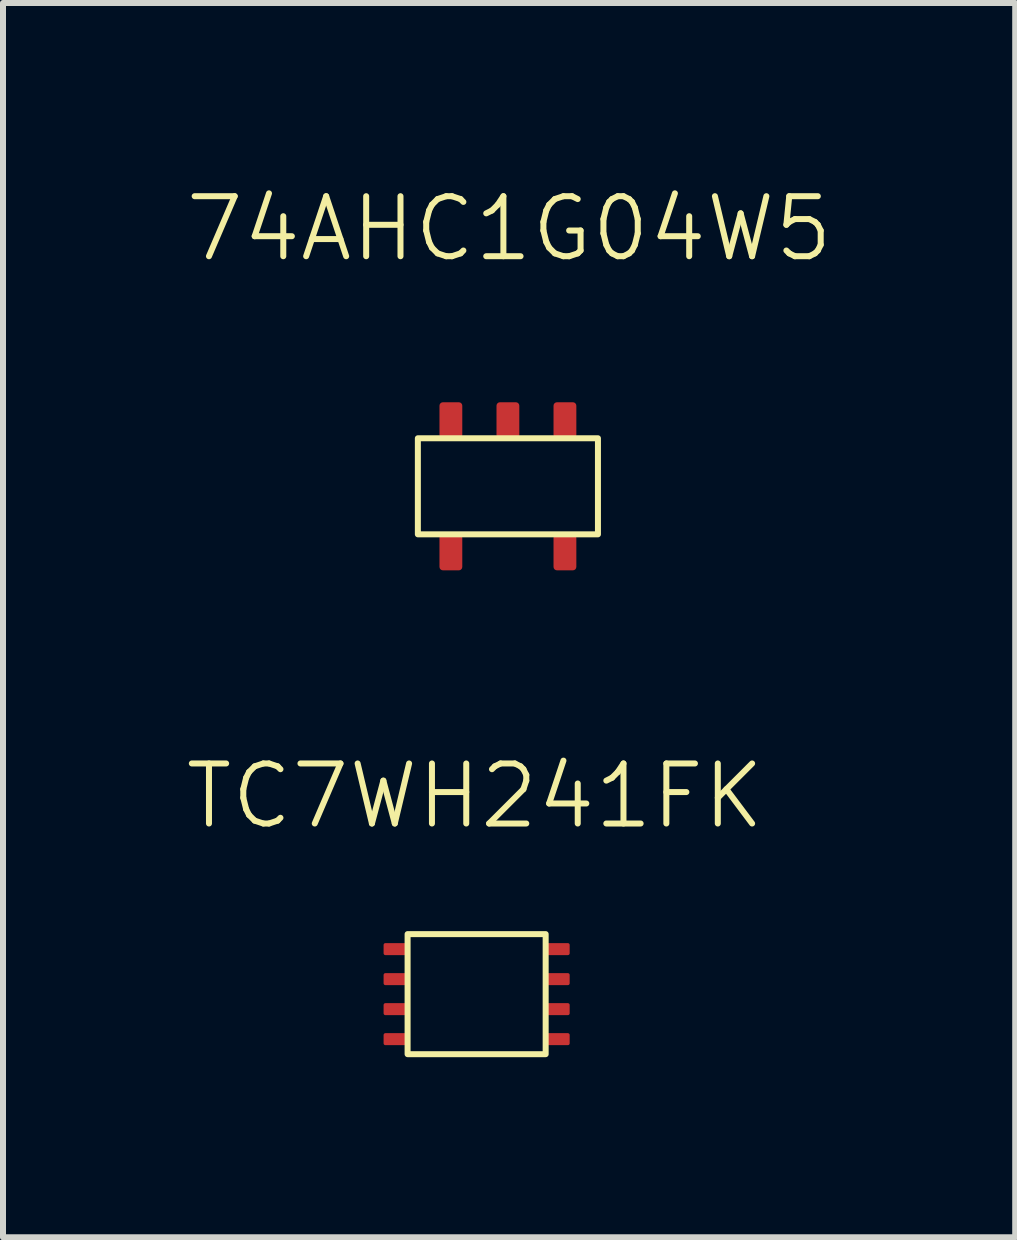
<source format=kicad_pcb>
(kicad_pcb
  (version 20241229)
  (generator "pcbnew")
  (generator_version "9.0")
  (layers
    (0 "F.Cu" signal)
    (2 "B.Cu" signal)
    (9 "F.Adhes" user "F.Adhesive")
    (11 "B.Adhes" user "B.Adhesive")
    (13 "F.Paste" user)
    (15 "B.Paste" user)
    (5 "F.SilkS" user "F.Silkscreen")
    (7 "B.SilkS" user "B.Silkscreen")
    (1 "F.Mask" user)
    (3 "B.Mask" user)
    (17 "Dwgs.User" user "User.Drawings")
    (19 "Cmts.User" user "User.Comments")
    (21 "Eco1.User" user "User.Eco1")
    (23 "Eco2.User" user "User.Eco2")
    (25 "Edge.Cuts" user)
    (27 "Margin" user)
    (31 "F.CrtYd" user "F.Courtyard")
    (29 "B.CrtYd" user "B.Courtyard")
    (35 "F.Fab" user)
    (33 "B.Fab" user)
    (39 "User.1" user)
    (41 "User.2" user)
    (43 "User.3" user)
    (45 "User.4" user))
  (footprint "74AHC1G04W5"
    (layer "F.Cu")
    (at 5.411 5.051)
    (property "Reference" "74AHC1G04W5" (at 0.02 -4.29 0) (unlocked yes) (layer "F.SilkS") (effects (font (size 1 1) (thickness 0.1))))
    (attr smd)
    (fp_rect (start -1.5 -0.8) (end 1.5 0.8) (stroke (width 0.1) (type solid)) (fill no) (layer "F.SilkS"))
    (pad "1" smd roundrect (at 0.95 -1.1) (size 0.38 0.6) (layers "F.Cu" "F.Mask" "F.Paste") (roundrect_rratio 0.15))
    (pad "2" smd roundrect (at 0 -1.1) (size 0.38 0.6) (layers "F.Cu" "F.Mask" "F.Paste") (roundrect_rratio 0.15))
    (pad "3" smd roundrect (at -0.95 -1.1) (size 0.38 0.6) (layers "F.Cu" "F.Mask" "F.Paste") (roundrect_rratio 0.15))
    (pad "4" smd roundrect (at -0.95 1.1) (size 0.38 0.6) (layers "F.Cu" "F.Mask" "F.Paste") (roundrect_rratio 0.15))
    (pad "5" smd roundrect (at 0.95 1.1) (size 0.38 0.6) (layers "F.Cu" "F.Mask" "F.Paste") (roundrect_rratio 0.15)))
  (footprint "TC7WH241FK"
    (layer "F.Cu")
    (at 4.89 13.511)
    (property "Reference" "TC7WH241FK" (at -0.03 -3.3 0) (unlocked yes) (layer "F.SilkS") (effects (font (size 1 1) (thickness 0.1))))
    (attr smd)
    (fp_rect (start -1.15 -1) (end 1.15 1) (stroke (width 0.1) (type solid)) (fill no) (layer "F.SilkS"))
    (pad "1" smd roundrect (at -1.35 -0.75) (size 0.4 0.2) (layers "F.Cu" "F.Mask" "F.Paste") (roundrect_rratio 0.15))
    (pad "2" smd roundrect (at -1.35 -0.25) (size 0.4 0.2) (layers "F.Cu" "F.Mask" "F.Paste") (roundrect_rratio 0.15))
    (pad "3" smd roundrect (at -1.35 0.25) (size 0.4 0.2) (layers "F.Cu" "F.Mask" "F.Paste") (roundrect_rratio 0.15))
    (pad "4" smd roundrect (at -1.35 0.75) (size 0.4 0.2) (layers "F.Cu" "F.Mask" "F.Paste") (roundrect_rratio 0.15))
    (pad "5" smd roundrect (at 1.35 0.75) (size 0.4 0.2) (layers "F.Cu" "F.Mask" "F.Paste") (roundrect_rratio 0.15))
    (pad "6" smd roundrect (at 1.35 0.25) (size 0.4 0.2) (layers "F.Cu" "F.Mask" "F.Paste") (roundrect_rratio 0.15))
    (pad "7" smd roundrect (at 1.35 -0.25) (size 0.4 0.2) (layers "F.Cu" "F.Mask" "F.Paste") (roundrect_rratio 0.15))
    (pad "8" smd roundrect (at 1.35 -0.75) (size 0.4 0.2) (layers "F.Cu" "F.Mask" "F.Paste") (roundrect_rratio 0.15)))
  (gr_rect
    (start -3 -3)
    (end 13.862 17.561)
    (stroke (width 0.1) (type default))
    (fill no)
    (layer "Edge.Cuts")))
</source>
